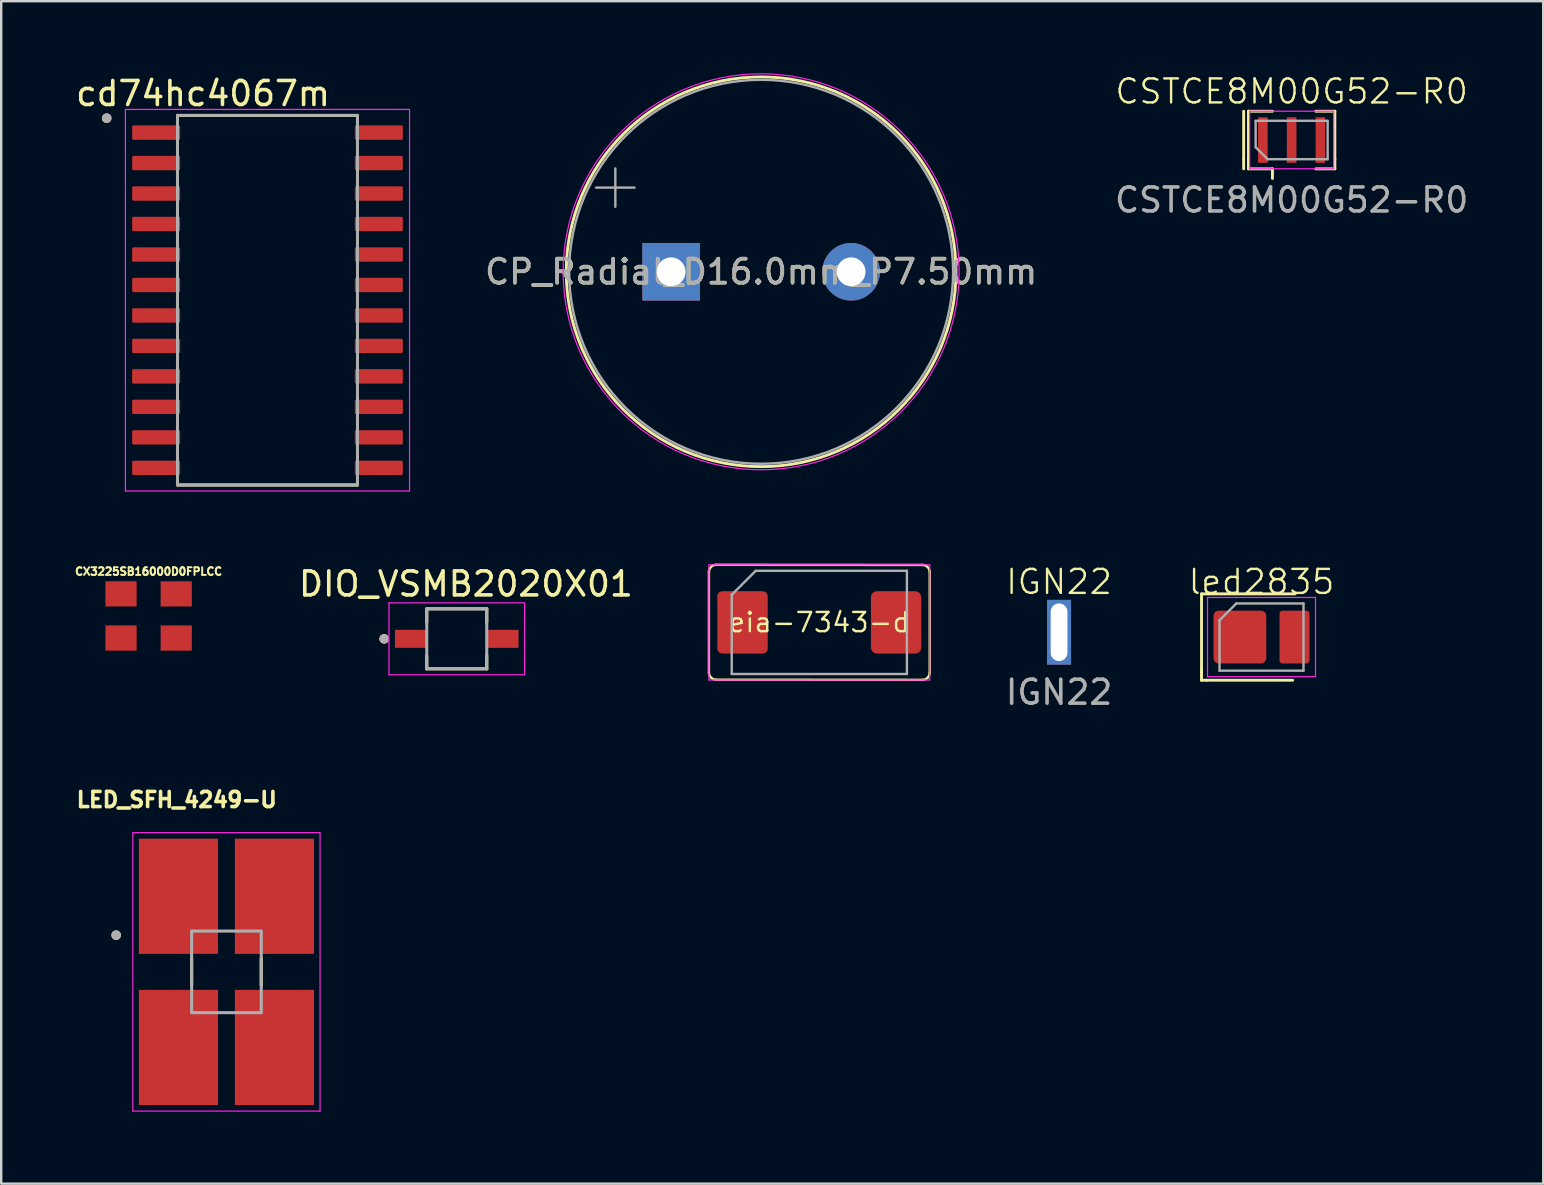
<source format=kicad_pcb>
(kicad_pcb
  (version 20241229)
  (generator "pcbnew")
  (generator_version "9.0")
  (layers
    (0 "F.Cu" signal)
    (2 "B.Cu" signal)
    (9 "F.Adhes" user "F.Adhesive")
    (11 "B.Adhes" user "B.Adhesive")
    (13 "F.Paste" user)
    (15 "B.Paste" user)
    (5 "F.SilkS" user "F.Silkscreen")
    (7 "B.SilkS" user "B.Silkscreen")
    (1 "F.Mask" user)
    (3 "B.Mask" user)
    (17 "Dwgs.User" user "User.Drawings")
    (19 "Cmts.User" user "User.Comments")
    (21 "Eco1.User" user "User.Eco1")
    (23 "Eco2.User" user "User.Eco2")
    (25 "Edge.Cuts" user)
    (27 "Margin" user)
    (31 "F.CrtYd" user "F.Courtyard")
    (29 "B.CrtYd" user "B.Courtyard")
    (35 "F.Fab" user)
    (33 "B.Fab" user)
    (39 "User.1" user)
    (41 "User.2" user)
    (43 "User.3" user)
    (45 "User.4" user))
  (footprint "CX3225SB16000D0FPLCC"
    (layer "F.Cu")
    (at 3.143 22.617)
    (property "Reference" "CX3225SB16000D0FPLCC" (at 0 -1.854 0) (layer "F.SilkS") (effects (font (size 0.32 0.32) (thickness 0.15))))
    (attr smd)
    (pad "1" smd rect (at -1.15 0.92) (size 1.3 1.05) (layers "F.Cu" "F.Mask" "F.Paste"))
    (pad "2" smd rect (at 1.15 0.92) (size 1.3 1.05) (layers "F.Cu" "F.Mask" "F.Paste"))
    (pad "3" smd rect (at 1.15 -0.92) (size 1.3 1.05) (layers "F.Cu" "F.Mask" "F.Paste"))
    (pad "4" smd rect (at -1.15 -0.92) (size 1.3 1.05) (layers "F.Cu" "F.Mask" "F.Paste")))
  (footprint "CP_Radial_D16.0mm_P7.50mm"
    (layer "F.Cu")
    (at 28.666 8.275)
    (property "Reference" "CP_Radial_D16.0mm_P7.50mm" (at 0 0 0) (layer "F.SilkS") (effects (font (size 1 1) (thickness 0.15))))
    (attr through_hole)
    (fp_circle (center 0 0) (end 8.12 0) (stroke (width 0.12) (type solid)) (fill no) (layer "F.SilkS"))
    (fp_circle (center 0 0) (end 8.25 0) (stroke (width 0.05) (type solid)) (fill no) (layer "F.CrtYd"))
    (fp_line (start -6.875 -3.507) (end -5.275 -3.507) (stroke (width 0.1) (type solid)) (layer "F.Fab"))
    (fp_line (start -6.075 -4.308) (end -6.075 -2.708) (stroke (width 0.1) (type solid)) (layer "F.Fab"))
    (fp_circle (center 0 0) (end 8 0) (stroke (width 0.1) (type solid)) (fill no) (layer "F.Fab"))
    (fp_text user "${REFERENCE}" (at 0 0 0) (layer "F.Fab") (effects (font (size 1 1) (thickness 0.15))))
    (pad "1" thru_hole rect (at -3.75 0) (size 2.4 2.4) (drill 1.2) (layers "*.Cu" "*.Mask"))
    (pad "2" thru_hole circle (at 3.75 0) (size 2.4 2.4) (drill 1.2) (layers "*.Cu" "*.Mask")))
  (footprint "led2835"
    (layer "F.Cu")
    (at 49.517 23.496)
    (property "Reference" "led2835" (at 0 -2.3 0) (unlocked yes) (layer "F.SilkS") (effects (font (size 1 1) (thickness 0.1))))
    (attr smd)
    (fp_line (start -2.5 -1.6) (end -2.5 -1.8) (stroke (width 0.12) (type default)) (layer "F.SilkS"))
    (fp_line (start -2.5 -1.6) (end -2.5 1.6) (stroke (width 0.12) (type solid)) (layer "F.SilkS"))
    (fp_line (start -2.5 1.8) (end -2.5 1.4) (stroke (width 0.12) (type default)) (layer "F.SilkS"))
    (fp_line (start -2.3 1.8) (end -2.5 1.8) (stroke (width 0.12) (type default)) (layer "F.SilkS"))
    (fp_line (start -2.2 -1.8) (end -2.5 -1.8) (stroke (width 0.12) (type default)) (layer "F.SilkS"))
    (fp_line (start 1.3 1.8) (end -2.3 1.8) (stroke (width 0.12) (type solid)) (layer "F.SilkS"))
    (fp_line (start 1.4 -1.8) (end -2.2 -1.8) (stroke (width 0.12) (type solid)) (layer "F.SilkS"))
    (fp_line (start -2.25 -1.65) (end 2.25 -1.65) (stroke (width 0.05) (type solid)) (layer "F.CrtYd"))
    (fp_line (start -2.25 1.65) (end -2.25 -1.65) (stroke (width 0.05) (type solid)) (layer "F.CrtYd"))
    (fp_line (start 2.25 -1.65) (end 2.25 1.65) (stroke (width 0.05) (type solid)) (layer "F.CrtYd"))
    (fp_line (start 2.25 1.65) (end -2.25 1.65) (stroke (width 0.05) (type solid)) (layer "F.CrtYd"))
    (fp_line (start -1.75 1.4) (end -1.75 -0.7) (stroke (width 0.1) (type solid)) (layer "F.Fab"))
    (fp_line (start -1.05 -1.4) (end -1.75 -0.7) (stroke (width 0.1) (type solid)) (layer "F.Fab"))
    (fp_line (start -1.05 -1.4) (end 1.75 -1.4) (stroke (width 0.1) (type solid)) (layer "F.Fab"))
    (fp_line (start 1.75 -1.4) (end 1.75 1.4) (stroke (width 0.1) (type solid)) (layer "F.Fab"))
    (fp_line (start 1.75 1.4) (end -1.75 1.4) (stroke (width 0.1) (type solid)) (layer "F.Fab"))
    (pad "1" smd roundrect (at -0.9 0) (size 2.2 2.2) (layers "F.Cu" "F.Mask" "F.Paste") (roundrect_rratio 0.1))
    (pad "2" smd roundrect (at 1.375 0) (size 1.25 2.2) (layers "F.Cu" "F.Mask" "F.Paste") (roundrect_rratio 0.1)))
  (footprint "DIO_VSMB2020X01"
    (layer "F.Cu")
    (at 15.983 23.57)
    (property "Reference" "DIO_VSMB2020X01" (at 0.381 -2.286 0) (layer "F.SilkS") (effects (font (size 1 1) (thickness 0.15))))
    (attr smd)
    (fp_line (start -1.25 -1.25) (end -1.25 -0.695) (stroke (width 0.127) (type solid)) (layer "F.SilkS"))
    (fp_line (start -1.25 -1.25) (end 1.25 -1.25) (stroke (width 0.127) (type solid)) (layer "F.SilkS"))
    (fp_line (start -1.25 1.25) (end -1.25 0.695) (stroke (width 0.127) (type solid)) (layer "F.SilkS"))
    (fp_line (start 1.25 -1.25) (end 1.25 -0.695) (stroke (width 0.127) (type solid)) (layer "F.SilkS"))
    (fp_line (start 1.25 1.25) (end -1.25 1.25) (stroke (width 0.127) (type solid)) (layer "F.SilkS"))
    (fp_line (start 1.25 1.25) (end 1.25 0.695) (stroke (width 0.127) (type solid)) (layer "F.SilkS"))
    (fp_circle (center -3.025 0) (end -2.925 0) (stroke (width 0.2) (type solid)) (fill no) (layer "F.SilkS"))
    (fp_line (start -2.825 -1.5) (end -2.825 1.5) (stroke (width 0.05) (type solid)) (layer "F.CrtYd"))
    (fp_line (start -2.825 -1.5) (end 2.825 -1.5) (stroke (width 0.05) (type solid)) (layer "F.CrtYd"))
    (fp_line (start 2.825 1.5) (end -2.825 1.5) (stroke (width 0.05) (type solid)) (layer "F.CrtYd"))
    (fp_line (start 2.825 1.5) (end 2.825 -1.5) (stroke (width 0.05) (type solid)) (layer "F.CrtYd"))
    (fp_line (start -1.25 -1.25) (end -1.25 1.25) (stroke (width 0.127) (type solid)) (layer "F.Fab"))
    (fp_line (start -1.25 -1.25) (end 1.25 -1.25) (stroke (width 0.127) (type solid)) (layer "F.Fab"))
    (fp_line (start -1.25 1.25) (end 1.25 1.25) (stroke (width 0.127) (type solid)) (layer "F.Fab"))
    (fp_line (start 1.25 -1.25) (end 1.25 1.25) (stroke (width 0.127) (type solid)) (layer "F.Fab"))
    (fp_circle (center -3.025 0) (end -2.925 0) (stroke (width 0.2) (type solid)) (fill no) (layer "F.Fab"))
    (pad "1" smd rect (at -1.9 0) (size 1.35 0.75) (layers "F.Cu" "F.Mask" "F.Paste"))
    (pad "2" smd rect (at 1.9 0) (size 1.35 0.75) (layers "F.Cu" "F.Mask" "F.Paste")))
  (footprint "IGN22"
    (layer "F.Cu")
    (at 41.081 23.296)
    (property "Reference" "IGN22" (at 0 -2.1 0) (unlocked yes) (layer "F.SilkS") (effects (font (size 1 1) (thickness 0.1))))
    (attr through_hole)
    (fp_text user "${REFERENCE}" (at 0 2.5 0) (unlocked yes) (layer "F.Fab") (effects (font (size 1 1) (thickness 0.15))))
    (pad "1" thru_hole rect (at 0 0) (size 1 2.7) (drill oval 0.7 2.4) (layers "*.Cu" "*.Mask")))
  (footprint "LED_SFH_4249-U"
    (layer "F.Cu")
    (at 6.386 37.448)
    (property "Reference" "LED_SFH_4249-U" (at -2.07 -7.173 0) (layer "F.SilkS") (effects (font (size 0.63 0.63) (thickness 0.15))))
    (attr smd)
    (fp_poly (pts (xy -1.15 -1.85) (xy -0.35 -1.85) (xy -0.35 -0.75) (xy -1.15 -0.75)) (stroke (width 0.01) (type solid)) (fill yes) (layer "F.Mask"))
    (fp_poly (pts (xy -1.15 0.75) (xy -0.35 0.75) (xy -0.35 1.85) (xy -1.15 1.85)) (stroke (width 0.01) (type solid)) (fill yes) (layer "F.Mask"))
    (fp_poly (pts (xy 0.35 -1.85) (xy 1.15 -1.85) (xy 1.15 -0.75) (xy 0.35 -0.75)) (stroke (width 0.01) (type solid)) (fill yes) (layer "F.Mask"))
    (fp_poly (pts (xy 0.35 0.75) (xy 1.15 0.75) (xy 1.15 1.85) (xy 0.35 1.85)) (stroke (width 0.01) (type solid)) (fill yes) (layer "F.Mask"))
    (fp_line (start -1.45 -0.56) (end -1.45 0.56) (stroke (width 0.127) (type solid)) (layer "F.SilkS"))
    (fp_line (start 1.45 0.56) (end 1.45 -0.56) (stroke (width 0.127) (type solid)) (layer "F.SilkS"))
    (fp_circle (center -4.595 -1.529) (end -4.495 -1.529) (stroke (width 0.2) (type solid)) (fill no) (layer "F.SilkS"))
    (fp_poly (pts (xy -1.1 -1.8) (xy -0.4 -1.8) (xy -0.4 -0.8) (xy -1.1 -0.8)) (stroke (width 0.01) (type solid)) (fill yes) (layer "F.Paste"))
    (fp_poly (pts (xy -1.1 0.8) (xy -0.4 0.8) (xy -0.4 1.8) (xy -1.1 1.8)) (stroke (width 0.01) (type solid)) (fill yes) (layer "F.Paste"))
    (fp_poly (pts (xy 0.4 -1.8) (xy 1.1 -1.8) (xy 1.1 -0.8) (xy 0.4 -0.8)) (stroke (width 0.01) (type solid)) (fill yes) (layer "F.Paste"))
    (fp_poly (pts (xy 0.4 0.8) (xy 1.1 0.8) (xy 1.1 1.8) (xy 0.4 1.8)) (stroke (width 0.01) (type solid)) (fill yes) (layer "F.Paste"))
    (fp_line (start -3.9 -5.8) (end 3.9 -5.8) (stroke (width 0.05) (type solid)) (layer "F.CrtYd"))
    (fp_line (start -3.9 5.8) (end -3.9 -5.8) (stroke (width 0.05) (type solid)) (layer "F.CrtYd"))
    (fp_line (start 3.9 -5.8) (end 3.9 5.8) (stroke (width 0.05) (type solid)) (layer "F.CrtYd"))
    (fp_line (start 3.9 5.8) (end -3.9 5.8) (stroke (width 0.05) (type solid)) (layer "F.CrtYd"))
    (fp_line (start -1.45 -1.7) (end 1.45 -1.7) (stroke (width 0.127) (type solid)) (layer "F.Fab"))
    (fp_line (start -1.45 1.7) (end -1.45 -1.7) (stroke (width 0.127) (type solid)) (layer "F.Fab"))
    (fp_line (start 1.45 -1.7) (end 1.45 1.7) (stroke (width 0.127) (type solid)) (layer "F.Fab"))
    (fp_line (start 1.45 1.7) (end -1.45 1.7) (stroke (width 0.127) (type solid)) (layer "F.Fab"))
    (fp_circle (center -4.595 -1.529) (end -4.495 -1.529) (stroke (width 0.2) (type solid)) (fill no) (layer "F.Fab"))
    (pad "1" smd custom (at -0.75 -1.3) (size 0.8 1.1) (layers "F.Cu") (options (anchor rect)) (primitives (gr_poly (pts (xy 0.4 0.55) (xy -2.9 0.55) (xy -2.9 -4.25) (xy 0.4 -4.25)) (width 0.0001) (fill yes))))
    (pad "2" smd custom (at 0.75 -1.3) (size 0.8 1.1) (layers "F.Cu") (options (anchor rect)) (primitives (gr_poly (pts (xy -0.4 0.55) (xy 2.9 0.55) (xy 2.9 -4.25) (xy -0.4 -4.25)) (width 0.0001) (fill yes))))
    (pad "3" smd custom (at 0.75 1.3) (size 0.8 1.1) (layers "F.Cu") (options (anchor rect)) (primitives (gr_poly (pts (xy -0.4 -0.55) (xy 2.9 -0.55) (xy 2.9 4.25) (xy -0.4 4.25)) (width 0.0001) (fill yes))))
    (pad "4" smd custom (at -0.75 1.3) (size 0.8 1.1) (layers "F.Cu") (options (anchor rect)) (primitives (gr_poly (pts (xy 0.4 -0.55) (xy -2.9 -0.55) (xy -2.9 4.25) (xy 0.4 4.25)) (width 0.0001) (fill yes)))))
  (footprint "cd74hc4067m"
    (layer "F.Cu")
    (at 8.096 9.46)
    (property "Reference" "cd74hc4067m" (at -2.685 -8.612 0) (layer "F.SilkS") (effects (font (size 1 1) (thickness 0.15))))
    (attr smd)
    (fp_line (start -3.75 -7.7) (end 3.75 -7.7) (stroke (width 0.127) (type solid)) (layer "F.SilkS"))
    (fp_line (start -3.75 7.7) (end 3.75 7.7) (stroke (width 0.127) (type solid)) (layer "F.SilkS"))
    (fp_circle (center -6.7 -7.585) (end -6.6 -7.585) (stroke (width 0.2) (type solid)) (fill no) (layer "F.SilkS"))
    (fp_line (start -5.92 -7.95) (end -5.92 7.95) (stroke (width 0.05) (type solid)) (layer "F.CrtYd"))
    (fp_line (start -5.92 -7.95) (end 5.92 -7.95) (stroke (width 0.05) (type solid)) (layer "F.CrtYd"))
    (fp_line (start -5.92 7.95) (end 5.92 7.95) (stroke (width 0.05) (type solid)) (layer "F.CrtYd"))
    (fp_line (start 5.92 -7.95) (end 5.92 7.95) (stroke (width 0.05) (type solid)) (layer "F.CrtYd"))
    (fp_line (start -3.75 -7.7) (end -3.75 7.7) (stroke (width 0.127) (type solid)) (layer "F.Fab"))
    (fp_line (start -3.75 -7.7) (end 3.75 -7.7) (stroke (width 0.127) (type solid)) (layer "F.Fab"))
    (fp_line (start -3.75 7.7) (end 3.75 7.7) (stroke (width 0.127) (type solid)) (layer "F.Fab"))
    (fp_line (start 3.75 -7.7) (end 3.75 7.7) (stroke (width 0.127) (type solid)) (layer "F.Fab"))
    (fp_circle (center -6.7 -7.585) (end -6.6 -7.585) (stroke (width 0.2) (type solid)) (fill no) (layer "F.Fab"))
    (pad "1" smd roundrect (at -4.64 -6.985) (size 2 0.6) (layers "F.Cu" "F.Mask" "F.Paste") (roundrect_rratio 0.1))
    (pad "2" smd roundrect (at -4.64 -5.715) (size 2 0.6) (layers "F.Cu" "F.Mask" "F.Paste") (roundrect_rratio 0.1))
    (pad "3" smd roundrect (at -4.64 -4.445) (size 2 0.6) (layers "F.Cu" "F.Mask" "F.Paste") (roundrect_rratio 0.1))
    (pad "4" smd roundrect (at -4.64 -3.175) (size 2 0.6) (layers "F.Cu" "F.Mask" "F.Paste") (roundrect_rratio 0.1))
    (pad "5" smd roundrect (at -4.64 -1.905) (size 2 0.6) (layers "F.Cu" "F.Mask" "F.Paste") (roundrect_rratio 0.1))
    (pad "6" smd roundrect (at -4.64 -0.635) (size 2 0.6) (layers "F.Cu" "F.Mask" "F.Paste") (roundrect_rratio 0.1))
    (pad "7" smd roundrect (at -4.64 0.635) (size 2 0.6) (layers "F.Cu" "F.Mask" "F.Paste") (roundrect_rratio 0.1))
    (pad "8" smd roundrect (at -4.64 1.905) (size 2 0.6) (layers "F.Cu" "F.Mask" "F.Paste") (roundrect_rratio 0.1))
    (pad "9" smd roundrect (at -4.64 3.175) (size 2 0.6) (layers "F.Cu" "F.Mask" "F.Paste") (roundrect_rratio 0.1))
    (pad "10" smd roundrect (at -4.64 4.445) (size 2 0.6) (layers "F.Cu" "F.Mask" "F.Paste") (roundrect_rratio 0.1))
    (pad "11" smd roundrect (at -4.64 5.715) (size 2 0.6) (layers "F.Cu" "F.Mask" "F.Paste") (roundrect_rratio 0.1))
    (pad "12" smd roundrect (at -4.64 6.985) (size 2 0.6) (layers "F.Cu" "F.Mask" "F.Paste") (roundrect_rratio 0.1))
    (pad "13" smd roundrect (at 4.64 6.985) (size 2 0.6) (layers "F.Cu" "F.Mask" "F.Paste") (roundrect_rratio 0.1))
    (pad "14" smd roundrect (at 4.64 5.715) (size 2 0.6) (layers "F.Cu" "F.Mask" "F.Paste") (roundrect_rratio 0.1))
    (pad "15" smd roundrect (at 4.64 4.445) (size 2 0.6) (layers "F.Cu" "F.Mask" "F.Paste") (roundrect_rratio 0.1))
    (pad "16" smd roundrect (at 4.64 3.175) (size 2 0.6) (layers "F.Cu" "F.Mask" "F.Paste") (roundrect_rratio 0.1))
    (pad "17" smd roundrect (at 4.64 1.905) (size 2 0.6) (layers "F.Cu" "F.Mask" "F.Paste") (roundrect_rratio 0.1))
    (pad "18" smd roundrect (at 4.64 0.635) (size 2 0.6) (layers "F.Cu" "F.Mask" "F.Paste") (roundrect_rratio 0.1))
    (pad "19" smd roundrect (at 4.64 -0.635) (size 2 0.6) (layers "F.Cu" "F.Mask" "F.Paste") (roundrect_rratio 0.1))
    (pad "20" smd roundrect (at 4.64 -1.905) (size 2 0.6) (layers "F.Cu" "F.Mask" "F.Paste") (roundrect_rratio 0.1))
    (pad "21" smd roundrect (at 4.64 -3.175) (size 2 0.6) (layers "F.Cu" "F.Mask" "F.Paste") (roundrect_rratio 0.1))
    (pad "22" smd roundrect (at 4.64 -4.445) (size 2 0.6) (layers "F.Cu" "F.Mask" "F.Paste") (roundrect_rratio 0.1))
    (pad "23" smd roundrect (at 4.64 -5.715) (size 2 0.6) (layers "F.Cu" "F.Mask" "F.Paste") (roundrect_rratio 0.1))
    (pad "24" smd roundrect (at 4.64 -6.985) (size 2 0.6) (layers "F.Cu" "F.Mask" "F.Paste") (roundrect_rratio 0.1)))
  (footprint "eia-7343-d"
    (layer "F.Cu")
    (at 31.091 22.885)
    (property "Reference" "eia-7343-d" (at 0 0 0) (layer "F.SilkS") (effects (font (size 0.8 0.8) (thickness 0.1))))
    (attr smd)
    (fp_line (start -4.6 -2.1) (end -4.6 2.088) (stroke (width 0.1) (type default)) (layer "F.SilkS"))
    (fp_line (start -4.3 -2.4) (end 4.3 -2.394) (stroke (width 0.1) (type default)) (layer "F.SilkS"))
    (fp_line (start -4.3 2.388) (end 4.3 2.394) (stroke (width 0.1) (type default)) (layer "F.SilkS"))
    (fp_line (start 4.6 2.094) (end 4.6 -2.094) (stroke (width 0.1) (type default)) (layer "F.SilkS"))
    (fp_arc (start -4.6 -2.1) (mid -4.512132 -2.312132) (end -4.3 -2.4) (stroke (width 0.1) (type default)) (layer "F.SilkS"))
    (fp_arc (start -4.3 2.387868) (mid -4.512132 2.3) (end -4.6 2.087868) (stroke (width 0.1) (type default)) (layer "F.SilkS"))
    (fp_arc (start 4.3 -2.393934) (mid 4.512133 -2.306066) (end 4.6 -2.093934) (stroke (width 0.1) (type default)) (layer "F.SilkS"))
    (fp_arc (start 4.6 2.093934) (mid 4.512132 2.306066) (end 4.3 2.393934) (stroke (width 0.1) (type default)) (layer "F.SilkS"))
    (fp_line (start -4.6 -2.4) (end 4.6 -2.4) (stroke (width 0.05) (type solid)) (layer "F.CrtYd"))
    (fp_line (start -4.6 2.4) (end -4.6 -2.4) (stroke (width 0.05) (type solid)) (layer "F.CrtYd"))
    (fp_line (start 4.6 -2.4) (end 4.6 2.4) (stroke (width 0.05) (type solid)) (layer "F.CrtYd"))
    (fp_line (start 4.6 2.4) (end -4.6 2.4) (stroke (width 0.05) (type solid)) (layer "F.CrtYd"))
    (fp_line (start -3.65 -1.15) (end -3.65 2.15) (stroke (width 0.1) (type solid)) (layer "F.Fab"))
    (fp_line (start -3.65 2.15) (end 3.65 2.15) (stroke (width 0.1) (type solid)) (layer "F.Fab"))
    (fp_line (start -2.65 -2.15) (end -3.65 -1.15) (stroke (width 0.1) (type solid)) (layer "F.Fab"))
    (fp_line (start 3.65 -2.15) (end -2.65 -2.15) (stroke (width 0.1) (type solid)) (layer "F.Fab"))
    (fp_line (start 3.65 2.15) (end 3.65 -2.15) (stroke (width 0.1) (type solid)) (layer "F.Fab"))
    (pad "1" smd roundrect (at -3.2 0) (size 2.1 2.6) (layers "F.Cu" "F.Mask" "F.Paste") (roundrect_rratio 0.1))
    (pad "2" smd roundrect (at 3.2 0) (size 2.1 2.6) (layers "F.Cu" "F.Mask" "F.Paste") (roundrect_rratio 0.12)))
  (footprint "CSTCE8M00G52-R0"
    (layer "F.Cu")
    (at 50.773 2.785)
    (property "Reference" "CSTCE8M00G52-R0" (at 0 -2.025 0) (unlocked yes) (layer "F.SilkS") (effects (font (size 1 1) (thickness 0.1))))
    (attr smd)
    (fp_line (start -2 -1.2) (end -2 0.8) (stroke (width 0.12) (type solid)) (layer "F.SilkS"))
    (fp_line (start -2 0.8) (end -2 1.2) (stroke (width 0.12) (type solid)) (layer "F.SilkS"))
    (fp_line (start -1.8 -1.2) (end -0.8 -1.2) (stroke (width 0.12) (type solid)) (layer "F.SilkS"))
    (fp_line (start -1.8 0.8) (end -1.8 -1.2) (stroke (width 0.12) (type solid)) (layer "F.SilkS"))
    (fp_line (start -1.8 0.8) (end -1.8 1.2) (stroke (width 0.12) (type solid)) (layer "F.SilkS"))
    (fp_line (start -0.8 1.2) (end -1.8 1.2) (stroke (width 0.12) (type solid)) (layer "F.SilkS"))
    (fp_line (start -0.8 1.2) (end -0.8 1.6) (stroke (width 0.12) (type solid)) (layer "F.SilkS"))
    (fp_line (start 1 -1.2) (end 1.8 -1.2) (stroke (width 0.12) (type solid)) (layer "F.SilkS"))
    (fp_line (start 1.8 -1.2) (end 1.8 0.8) (stroke (width 0.12) (type solid)) (layer "F.SilkS"))
    (fp_line (start 1.8 0.8) (end 1.8 1.2) (stroke (width 0.12) (type solid)) (layer "F.SilkS"))
    (fp_line (start 1.8 1.2) (end 1 1.2) (stroke (width 0.12) (type solid)) (layer "F.SilkS"))
    (fp_line (start -1.75 -1.2) (end 1.75 -1.2) (stroke (width 0.05) (type solid)) (layer "F.CrtYd"))
    (fp_line (start -1.75 1.2) (end -1.75 -1.2) (stroke (width 0.05) (type solid)) (layer "F.CrtYd"))
    (fp_line (start 1.75 -1.2) (end 1.75 1.2) (stroke (width 0.05) (type solid)) (layer "F.CrtYd"))
    (fp_line (start 1.75 1.2) (end -1.75 1.2) (stroke (width 0.05) (type solid)) (layer "F.CrtYd"))
    (fp_line (start -1.5 0.3) (end -1.5 -0.8) (stroke (width 0.1) (type solid)) (layer "F.Fab"))
    (fp_line (start -1 0.8) (end -1.5 0.3) (stroke (width 0.1) (type solid)) (layer "F.Fab"))
    (fp_line (start -1 0.8) (end 1.5 0.8) (stroke (width 0.1) (type solid)) (layer "F.Fab"))
    (fp_line (start 1.5 -0.8) (end -1.5 -0.8) (stroke (width 0.1) (type solid)) (layer "F.Fab"))
    (fp_line (start 1.5 0.8) (end 1.5 -0.8) (stroke (width 0.1) (type solid)) (layer "F.Fab"))
    (fp_text user "${REFERENCE}" (at 0 2.5 0) (unlocked yes) (layer "F.Fab") (effects (font (size 1 1) (thickness 0.15))))
    (pad "1" smd rect (at -1.2 0) (size 0.4 1.9) (layers "F.Cu" "F.Mask" "F.Paste"))
    (pad "2" smd rect (at 1.2 0) (size 0.4 1.9) (layers "F.Cu" "F.Mask" "F.Paste"))
    (pad "3" smd rect (at 0 0) (size 0.4 1.9) (layers "F.Cu" "F.Mask" "F.Paste")))
  (gr_rect
    (start -3 -3)
    (end 61.255 46.273)
    (stroke (width 0.1) (type default))
    (fill no)
    (layer "Edge.Cuts")))
</source>
